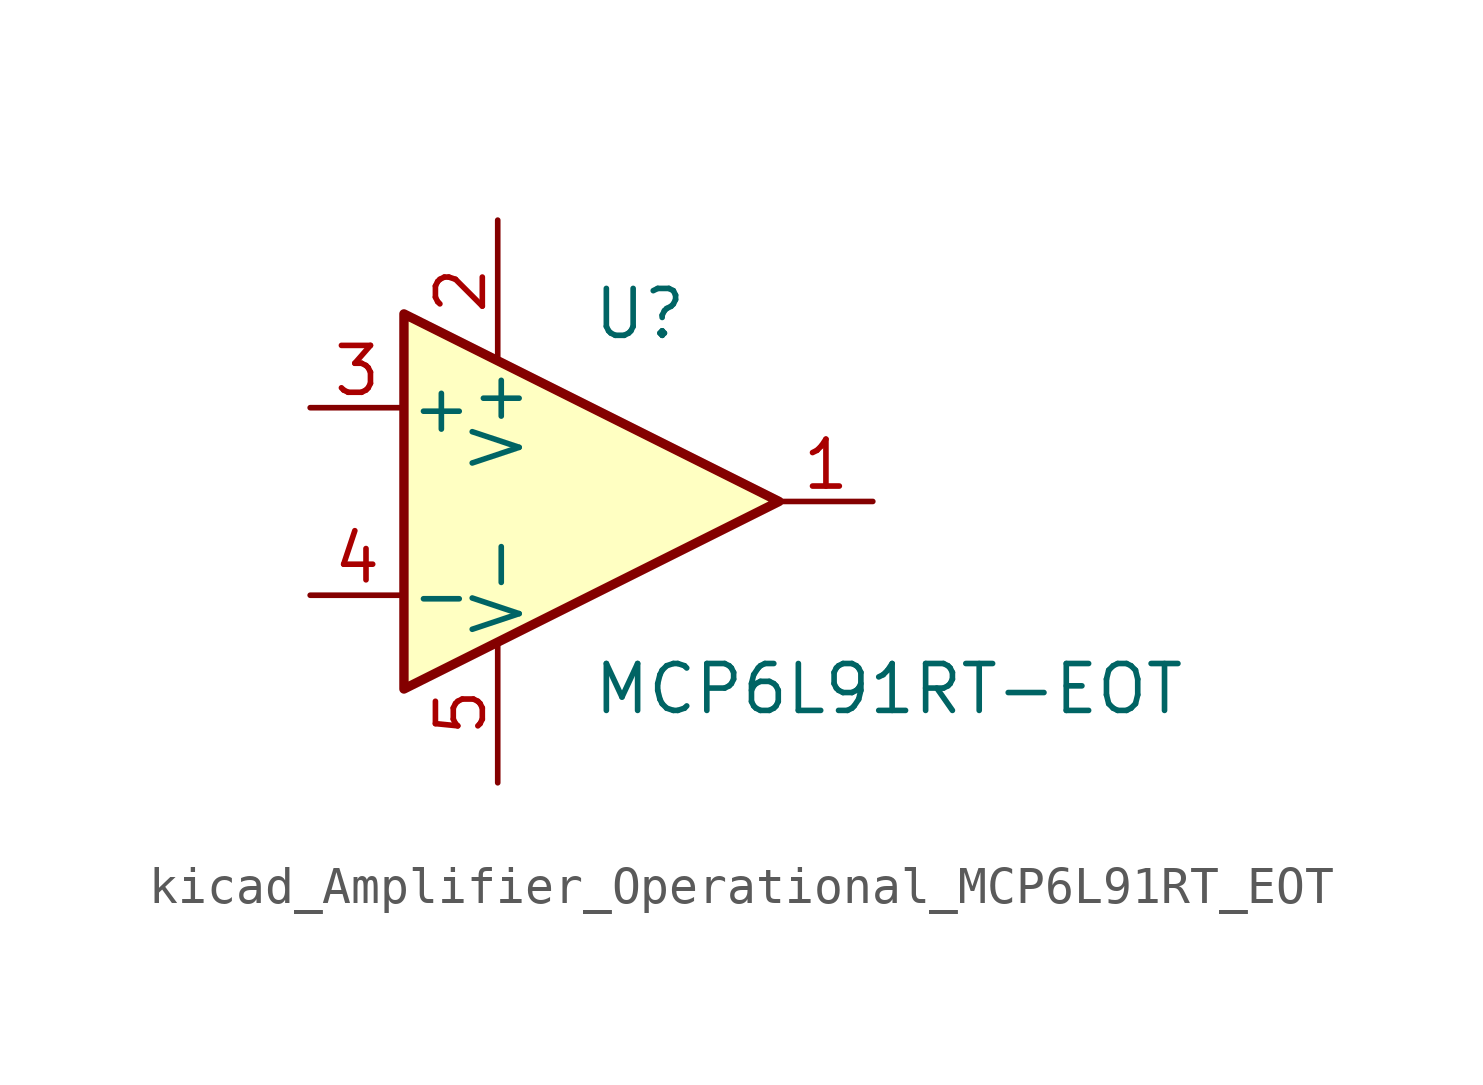
<source format=kicad_sym>
(kicad_symbol_lib
  (version 20220914)
  (generator kicad_symbol_editor)
  (symbol "kicad_Amplifier_Operational_MCP6L91RT_EOT"
    (pin_names
      (offset 0.127))
    (property "Reference" "U"
      (at 0 5.08 0)
      (effects (font (size 1.27 1.27)) (justify left)))
    (property "Value" "MCP6L91RT-EOT"
      (at 0 -5.08 0)
      (effects (font (size 1.27 1.27)) (justify left)))
    (symbol "kicad_Amplifier_Operational_MCP6L91RT_EOT_0_1"
      (polyline (pts (xy -5.08 5.08) (xy 5.08 0) (xy -5.08 -5.08) (xy -5.08 5.08)) (stroke (width 0.254) (type default)) (fill (type background)))
      (pin power_in line (at -2.54 7.62 270) (length 3.81) (name "V+" (effects (font (size 1.27 1.27)))) (number "2" (effects (font (size 1.27 1.27)))))
      (pin power_in line (at -2.54 -7.62 90) (length 3.81) (name "V-" (effects (font (size 1.27 1.27)))) (number "5" (effects (font (size 1.27 1.27))))))
    (symbol "kicad_Amplifier_Operational_MCP6L91RT_EOT_1_1"
      (pin output line (at 7.62 0 180) (length 2.54) (name "~" (effects (font (size 1.27 1.27)))) (number "1" (effects (font (size 1.27 1.27)))))
      (pin input line (at -7.62 2.54 0) (length 2.54) (name "+" (effects (font (size 1.27 1.27)))) (number "3" (effects (font (size 1.27 1.27)))))
      (pin input line (at -7.62 -2.54 0) (length 2.54) (name "-" (effects (font (size 1.27 1.27)))) (number "4" (effects (font (size 1.27 1.27))))))))
</source>
